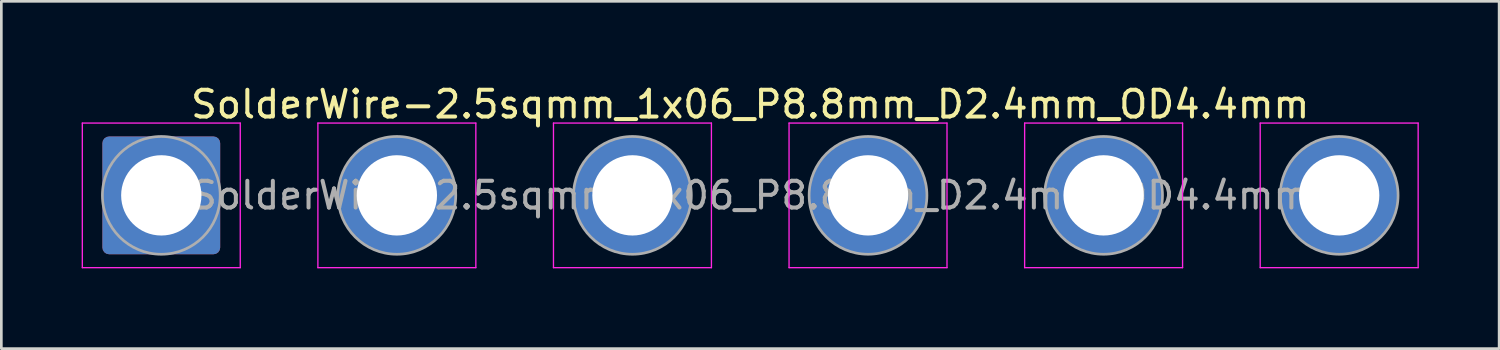
<source format=kicad_pcb>
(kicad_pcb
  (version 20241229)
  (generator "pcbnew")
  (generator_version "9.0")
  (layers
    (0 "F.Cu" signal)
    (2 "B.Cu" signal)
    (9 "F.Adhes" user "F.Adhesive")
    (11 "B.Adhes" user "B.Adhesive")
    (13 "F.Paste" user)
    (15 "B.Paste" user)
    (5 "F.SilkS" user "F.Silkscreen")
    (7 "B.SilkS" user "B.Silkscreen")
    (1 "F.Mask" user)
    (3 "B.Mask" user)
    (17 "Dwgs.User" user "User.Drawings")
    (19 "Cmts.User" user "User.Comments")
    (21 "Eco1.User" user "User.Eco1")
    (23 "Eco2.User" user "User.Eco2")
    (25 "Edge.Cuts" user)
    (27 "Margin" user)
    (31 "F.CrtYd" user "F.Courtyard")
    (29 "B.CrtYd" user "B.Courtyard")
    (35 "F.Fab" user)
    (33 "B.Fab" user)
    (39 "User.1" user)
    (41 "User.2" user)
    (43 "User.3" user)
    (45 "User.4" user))
  (footprint "SolderWire-2.5sqmm_1x06_P8.8mm_D2.4mm_OD4.4mm"
    (layer "F.Cu")
    (at 2.975 4.248)
    (property "Reference" "SolderWire-2.5sqmm_1x06_P8.8mm_D2.4mm_OD4.4mm" (at 22 -3.4 0) (layer "F.SilkS") (effects (font (size 1 1) (thickness 0.15))))
    (attr exclude_from_pos_files exclude_from_bom)
    (fp_line (start -2.95 -2.7) (end -2.95 2.7) (stroke (width 0.05) (type solid)) (layer "F.CrtYd"))
    (fp_line (start -2.95 2.7) (end 2.95 2.7) (stroke (width 0.05) (type solid)) (layer "F.CrtYd"))
    (fp_line (start 2.95 -2.7) (end -2.95 -2.7) (stroke (width 0.05) (type solid)) (layer "F.CrtYd"))
    (fp_line (start 2.95 2.7) (end 2.95 -2.7) (stroke (width 0.05) (type solid)) (layer "F.CrtYd"))
    (fp_line (start 5.85 -2.7) (end 5.85 2.7) (stroke (width 0.05) (type solid)) (layer "F.CrtYd"))
    (fp_line (start 5.85 2.7) (end 11.75 2.7) (stroke (width 0.05) (type solid)) (layer "F.CrtYd"))
    (fp_line (start 11.75 -2.7) (end 5.85 -2.7) (stroke (width 0.05) (type solid)) (layer "F.CrtYd"))
    (fp_line (start 11.75 2.7) (end 11.75 -2.7) (stroke (width 0.05) (type solid)) (layer "F.CrtYd"))
    (fp_line (start 14.65 -2.7) (end 14.65 2.7) (stroke (width 0.05) (type solid)) (layer "F.CrtYd"))
    (fp_line (start 14.65 2.7) (end 20.55 2.7) (stroke (width 0.05) (type solid)) (layer "F.CrtYd"))
    (fp_line (start 20.55 -2.7) (end 14.65 -2.7) (stroke (width 0.05) (type solid)) (layer "F.CrtYd"))
    (fp_line (start 20.55 2.7) (end 20.55 -2.7) (stroke (width 0.05) (type solid)) (layer "F.CrtYd"))
    (fp_line (start 23.45 -2.7) (end 23.45 2.7) (stroke (width 0.05) (type solid)) (layer "F.CrtYd"))
    (fp_line (start 23.45 2.7) (end 29.35 2.7) (stroke (width 0.05) (type solid)) (layer "F.CrtYd"))
    (fp_line (start 29.35 -2.7) (end 23.45 -2.7) (stroke (width 0.05) (type solid)) (layer "F.CrtYd"))
    (fp_line (start 29.35 2.7) (end 29.35 -2.7) (stroke (width 0.05) (type solid)) (layer "F.CrtYd"))
    (fp_line (start 32.25 -2.7) (end 32.25 2.7) (stroke (width 0.05) (type solid)) (layer "F.CrtYd"))
    (fp_line (start 32.25 2.7) (end 38.15 2.7) (stroke (width 0.05) (type solid)) (layer "F.CrtYd"))
    (fp_line (start 38.15 -2.7) (end 32.25 -2.7) (stroke (width 0.05) (type solid)) (layer "F.CrtYd"))
    (fp_line (start 38.15 2.7) (end 38.15 -2.7) (stroke (width 0.05) (type solid)) (layer "F.CrtYd"))
    (fp_line (start 41.05 -2.7) (end 41.05 2.7) (stroke (width 0.05) (type solid)) (layer "F.CrtYd"))
    (fp_line (start 41.05 2.7) (end 46.95 2.7) (stroke (width 0.05) (type solid)) (layer "F.CrtYd"))
    (fp_line (start 46.95 -2.7) (end 41.05 -2.7) (stroke (width 0.05) (type solid)) (layer "F.CrtYd"))
    (fp_line (start 46.95 2.7) (end 46.95 -2.7) (stroke (width 0.05) (type solid)) (layer "F.CrtYd"))
    (fp_circle (center 0 0) (end 2.2 0) (stroke (width 0.1) (type solid)) (fill no) (layer "F.Fab"))
    (fp_circle (center 8.8 0) (end 11 0) (stroke (width 0.1) (type solid)) (fill no) (layer "F.Fab"))
    (fp_circle (center 17.6 0) (end 19.8 0) (stroke (width 0.1) (type solid)) (fill no) (layer "F.Fab"))
    (fp_circle (center 26.4 0) (end 28.6 0) (stroke (width 0.1) (type solid)) (fill no) (layer "F.Fab"))
    (fp_circle (center 35.2 0) (end 37.4 0) (stroke (width 0.1) (type solid)) (fill no) (layer "F.Fab"))
    (fp_circle (center 44 0) (end 46.2 0) (stroke (width 0.1) (type solid)) (fill no) (layer "F.Fab"))
    (fp_text user "${REFERENCE}" (at 22 0 0) (layer "F.Fab") (effects (font (size 1 1) (thickness 0.15))))
    (pad "1" thru_hole roundrect (at 0 0) (size 4.4 4.4) (drill 3) (layers "*.Cu" "*.Mask") (roundrect_rratio 0.057))
    (pad "2" thru_hole circle (at 8.8 0) (size 4.4 4.4) (drill 3) (layers "*.Cu" "*.Mask"))
    (pad "3" thru_hole circle (at 17.6 0) (size 4.4 4.4) (drill 3) (layers "*.Cu" "*.Mask"))
    (pad "4" thru_hole circle (at 26.4 0) (size 4.4 4.4) (drill 3) (layers "*.Cu" "*.Mask"))
    (pad "5" thru_hole circle (at 35.2 0) (size 4.4 4.4) (drill 3) (layers "*.Cu" "*.Mask"))
    (pad "6" thru_hole circle (at 44 0) (size 4.4 4.4) (drill 3) (layers "*.Cu" "*.Mask")))
  (gr_rect
    (start -3 -3)
    (end 52.95 9.973)
    (stroke (width 0.1) (type default))
    (fill no)
    (layer "Edge.Cuts")))
</source>
